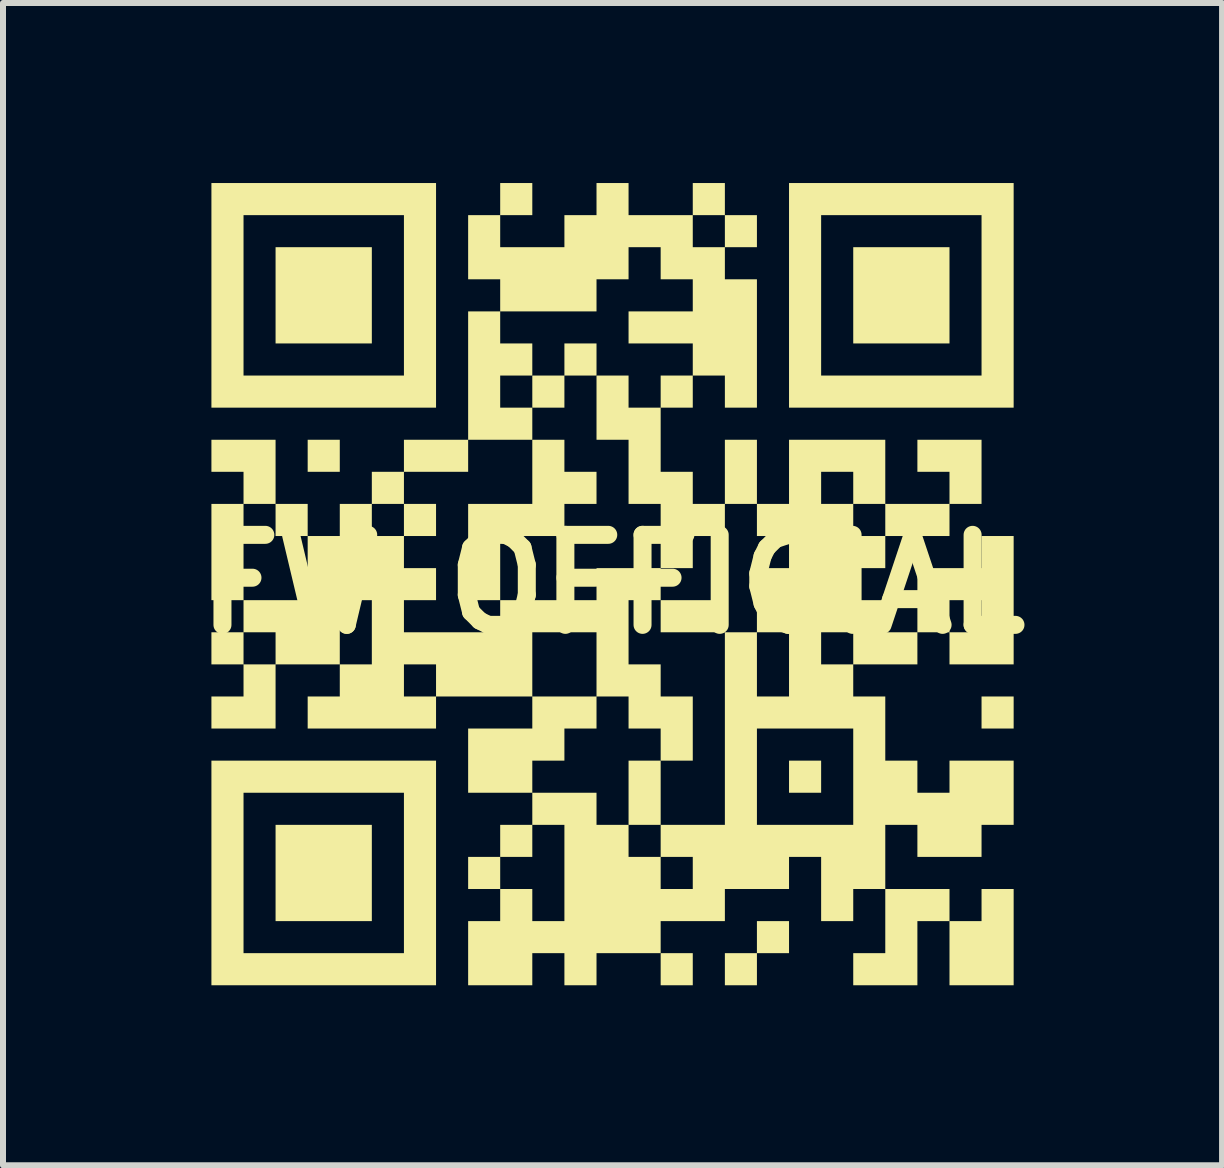
<source format=kicad_pcb>
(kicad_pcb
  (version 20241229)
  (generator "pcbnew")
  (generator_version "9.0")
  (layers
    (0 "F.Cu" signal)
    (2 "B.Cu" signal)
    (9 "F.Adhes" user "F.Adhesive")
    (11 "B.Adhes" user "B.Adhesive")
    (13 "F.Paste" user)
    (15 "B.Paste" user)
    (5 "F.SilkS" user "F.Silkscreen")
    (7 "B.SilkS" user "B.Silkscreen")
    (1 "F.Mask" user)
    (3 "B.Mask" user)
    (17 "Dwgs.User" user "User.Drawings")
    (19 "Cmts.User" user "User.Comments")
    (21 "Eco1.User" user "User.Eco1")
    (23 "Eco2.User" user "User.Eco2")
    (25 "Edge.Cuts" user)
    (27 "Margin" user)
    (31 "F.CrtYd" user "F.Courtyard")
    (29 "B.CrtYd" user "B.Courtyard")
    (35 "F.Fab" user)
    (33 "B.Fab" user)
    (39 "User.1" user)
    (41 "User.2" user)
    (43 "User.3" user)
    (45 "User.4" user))
  (footprint "FW OFFICIAL"
    (layer "F.Cu")
    (at 7.157 6.684)
    (property "Reference" "FW OFFICIAL" (at 0 0 0) (layer "F.SilkS") (effects (font (size 1.5 1.5) (thickness 0.3))))
    (attr board_only exclude_from_pos_files exclude_from_bom)
    (fp_poly (pts (xy -4.545 -2.139) (xy -4.545 -1.872) (xy -4.813 -1.872) (xy -5.08 -1.872) (xy -5.08 -2.139) (xy -5.08 -2.406) (xy -4.813 -2.406) (xy -4.545 -2.406)) (stroke (width 0) (type solid)) (fill yes) (layer "F.SilkS"))
    (fp_poly (pts (xy -4.011 -4.813) (xy -4.011 -4.011) (xy -4.813 -4.011) (xy -5.615 -4.011) (xy -5.615 -4.813) (xy -5.615 -5.615) (xy -4.813 -5.615) (xy -4.011 -5.615)) (stroke (width 0) (type solid)) (fill yes) (layer "F.SilkS"))
    (fp_poly (pts (xy -4.011 4.813) (xy -4.011 5.615) (xy -4.813 5.615) (xy -5.615 5.615) (xy -5.615 4.813) (xy -5.615 4.011) (xy -4.813 4.011) (xy -4.011 4.011)) (stroke (width 0) (type solid)) (fill yes) (layer "F.SilkS"))
    (fp_poly (pts (xy -2.941 -1.069) (xy -2.941 -0.802) (xy -3.208 -0.802) (xy -3.476 -0.802) (xy -3.476 -1.069) (xy -3.476 -1.337) (xy -3.208 -1.337) (xy -2.941 -1.337)) (stroke (width 0) (type solid)) (fill yes) (layer "F.SilkS"))
    (fp_poly (pts (xy 0.802 3.476) (xy 0.802 4.011) (xy 0.535 4.011) (xy 0.267 4.011) (xy 0.267 3.476) (xy 0.267 2.941) (xy 0.535 2.941) (xy 0.802 2.941)) (stroke (width 0) (type solid)) (fill yes) (layer "F.SilkS"))
    (fp_poly (pts (xy 1.337 6.417) (xy 1.337 6.684) (xy 1.069 6.684) (xy 0.802 6.684) (xy 0.802 6.417) (xy 0.802 6.149) (xy 1.069 6.149) (xy 1.337 6.149)) (stroke (width 0) (type solid)) (fill yes) (layer "F.SilkS"))
    (fp_poly (pts (xy 1.872 0.535) (xy 1.872 0.802) (xy 1.337 0.802) (xy 0.802 0.802) (xy 0.802 0.535) (xy 0.802 0.267) (xy 1.337 0.267) (xy 1.872 0.267)) (stroke (width 0) (type solid)) (fill yes) (layer "F.SilkS"))
    (fp_poly (pts (xy 3.476 3.208) (xy 3.476 3.476) (xy 3.208 3.476) (xy 2.941 3.476) (xy 2.941 3.208) (xy 2.941 2.941) (xy 3.208 2.941) (xy 3.476 2.941)) (stroke (width 0) (type solid)) (fill yes) (layer "F.SilkS"))
    (fp_poly (pts (xy 5.615 -4.813) (xy 5.615 -4.011) (xy 4.813 -4.011) (xy 4.011 -4.011) (xy 4.011 -4.813) (xy 4.011 -5.615) (xy 4.813 -5.615) (xy 5.615 -5.615)) (stroke (width 0) (type solid)) (fill yes) (layer "F.SilkS"))
    (fp_poly (pts (xy 6.684 2.139) (xy 6.684 2.406) (xy 6.417 2.406) (xy 6.149 2.406) (xy 6.149 2.139) (xy 6.149 1.872) (xy 6.417 1.872) (xy 6.684 1.872)) (stroke (width 0) (type solid)) (fill yes) (layer "F.SilkS"))
    (fp_poly (pts (xy -0.267 -3.743) (xy -0.267 -3.476) (xy -0.535 -3.476) (xy -0.802 -3.476) (xy -0.802 -3.208) (xy -0.802 -2.941) (xy -1.069 -2.941) (xy -1.337 -2.941) (xy -1.337 -3.208) (xy -1.337 -3.476) (xy -1.069 -3.476) (xy -0.802 -3.476) (xy -0.802 -3.743) (xy -0.802 -4.011) (xy -0.535 -4.011) (xy -0.267 -4.011)) (stroke (width 0) (type solid)) (fill yes) (layer "F.SilkS"))
    (fp_poly (pts (xy 2.941 5.882) (xy 2.941 6.149) (xy 2.674 6.149) (xy 2.406 6.149) (xy 2.406 6.417) (xy 2.406 6.684) (xy 2.139 6.684) (xy 1.872 6.684) (xy 1.872 6.417) (xy 1.872 6.149) (xy 2.139 6.149) (xy 2.406 6.149) (xy 2.406 5.882) (xy 2.406 5.615) (xy 2.674 5.615) (xy 2.941 5.615)) (stroke (width 0) (type solid)) (fill yes) (layer "F.SilkS"))
    (fp_poly (pts (xy -2.941 -4.813) (xy -2.941 -2.941) (xy -4.813 -2.941) (xy -6.684 -2.941) (xy -6.684 -4.813) (xy -6.684 -6.149) (xy -6.149 -6.149) (xy -6.149 -4.813) (xy -6.149 -3.476) (xy -4.813 -3.476) (xy -3.476 -3.476) (xy -3.476 -4.813) (xy -3.476 -6.149) (xy -4.813 -6.149) (xy -6.149 -6.149) (xy -6.684 -6.149) (xy -6.684 -6.684) (xy -4.813 -6.684) (xy -2.941 -6.684)) (stroke (width 0) (type solid)) (fill yes) (layer "F.SilkS"))
    (fp_poly (pts (xy -2.941 4.813) (xy -2.941 6.684) (xy -4.813 6.684) (xy -6.684 6.684) (xy -6.684 4.813) (xy -6.684 3.476) (xy -6.149 3.476) (xy -6.149 4.813) (xy -6.149 6.149) (xy -4.813 6.149) (xy -3.476 6.149) (xy -3.476 4.813) (xy -3.476 3.476) (xy -4.813 3.476) (xy -6.149 3.476) (xy -6.684 3.476) (xy -6.684 2.941) (xy -4.813 2.941) (xy -2.941 2.941)) (stroke (width 0) (type solid)) (fill yes) (layer "F.SilkS"))
    (fp_poly (pts (xy 6.684 -4.813) (xy 6.684 -2.941) (xy 4.813 -2.941) (xy 2.941 -2.941) (xy 2.941 -4.813) (xy 2.941 -6.149) (xy 3.476 -6.149) (xy 3.476 -4.813) (xy 3.476 -3.476) (xy 4.813 -3.476) (xy 6.149 -3.476) (xy 6.149 -4.813) (xy 6.149 -6.149) (xy 4.813 -6.149) (xy 3.476 -6.149) (xy 2.941 -6.149) (xy 2.941 -6.684) (xy 4.813 -6.684) (xy 6.684 -6.684)) (stroke (width 0) (type solid)) (fill yes) (layer "F.SilkS"))
    (fp_poly (pts (xy -0.802 -2.139) (xy -0.802 -1.872) (xy -0.535 -1.872) (xy -0.267 -1.872) (xy -0.267 -1.604) (xy -0.267 -1.337) (xy -0.535 -1.337) (xy -0.802 -1.337) (xy -0.802 -1.069) (xy -0.802 -0.802) (xy -1.337 -0.802) (xy -1.872 -0.802) (xy -1.872 -0.267) (xy -1.872 0.267) (xy -2.139 0.267) (xy -2.406 0.267) (xy -2.406 -0.535) (xy -2.406 -1.337) (xy -1.872 -1.337) (xy -1.337 -1.337) (xy -1.337 -1.872) (xy -1.337 -2.406) (xy -1.069 -2.406) (xy -0.802 -2.406)) (stroke (width 0) (type solid)) (fill yes) (layer "F.SilkS"))
    (fp_poly (pts (xy 5.615 5.347) (xy 5.615 5.615) (xy 5.882 5.615) (xy 6.149 5.615) (xy 6.149 5.347) (xy 6.149 5.08) (xy 6.417 5.08) (xy 6.684 5.08) (xy 6.684 5.882) (xy 6.684 6.684) (xy 6.149 6.684) (xy 5.615 6.684) (xy 5.615 6.149) (xy 5.615 5.615) (xy 5.347 5.615) (xy 5.08 5.615) (xy 5.08 6.149) (xy 5.08 6.684) (xy 4.545 6.684) (xy 4.011 6.684) (xy 4.011 6.417) (xy 4.011 6.149) (xy 4.278 6.149) (xy 4.545 6.149) (xy 4.545 5.615) (xy 4.545 5.08) (xy 5.08 5.08) (xy 5.615 5.08)) (stroke (width 0) (type solid)) (fill yes) (layer "F.SilkS"))
    (fp_poly (pts (xy -1.337 -6.417) (xy -1.337 -6.149) (xy -1.604 -6.149) (xy -1.872 -6.149) (xy -1.872 -5.882) (xy -1.872 -5.615) (xy -1.337 -5.615) (xy -0.802 -5.615) (xy -0.802 -5.882) (xy -0.802 -6.149) (xy -0.535 -6.149) (xy -0.267 -6.149) (xy -0.267 -6.417) (xy -0.267 -6.684) (xy 0 -6.684) (xy 0.267 -6.684) (xy 0.267 -6.417) (xy 0.267 -6.149) (xy 0.802 -6.149) (xy 1.337 -6.149) (xy 1.337 -6.417) (xy 1.337 -6.684) (xy 1.604 -6.684) (xy 1.872 -6.684) (xy 1.872 -6.417) (xy 1.872 -6.149) (xy 1.604 -6.149) (xy 1.337 -6.149) (xy 1.337 -5.882) (xy 1.337 -5.615) (xy 1.604 -5.615) (xy 1.872 -5.615) (xy 1.872 -5.882) (xy 1.872 -6.149) (xy 2.139 -6.149) (xy 2.406 -6.149) (xy 2.406 -5.882) (xy 2.406 -5.615) (xy 2.139 -5.615) (xy 1.872 -5.615) (xy 1.872 -5.347) (xy 1.872 -5.08) (xy 2.139 -5.08) (xy 2.406 -5.08) (xy 2.406 -4.011) (xy 2.406 -2.941) (xy 2.139 -2.941) (xy 1.872 -2.941) (xy 1.872 -3.208) (xy 1.872 -3.476) (xy 1.604 -3.476) (xy 1.337 -3.476) (xy 1.337 -3.208) (xy 1.337 -2.941) (xy 1.069 -2.941) (xy 0.802 -2.941) (xy 0.802 -2.406) (xy 0.802 -1.872) (xy 1.069 -1.872) (xy 1.337 -1.872) (xy 1.337 -1.604) (xy 1.337 -1.337) (xy 1.604 -1.337) (xy 1.872 -1.337) (xy 1.872 -1.872) (xy 1.872 -2.406) (xy 2.139 -2.406) (xy 2.406 -2.406) (xy 2.406 -1.872) (xy 2.406 -1.337) (xy 2.674 -1.337) (xy 2.941 -1.337) (xy 2.941 -1.872) (xy 3.476 -1.872) (xy 3.476 -1.604) (xy 3.476 -1.337) (xy 3.743 -1.337) (xy 4.011 -1.337) (xy 4.011 -1.069) (xy 4.011 -0.802) (xy 4.278 -0.802) (xy 4.545 -0.802) (xy 4.545 -1.069) (xy 4.545 -1.337) (xy 4.278 -1.337) (xy 4.011 -1.337) (xy 4.011 -1.604) (xy 4.011 -1.872) (xy 3.743 -1.872) (xy 3.476 -1.872) (xy 2.941 -1.872) (xy 2.941 -2.406) (xy 3.743 -2.406) (xy 4.545 -2.406) (xy 4.545 -1.872) (xy 4.545 -1.337) (xy 5.08 -1.337) (xy 5.615 -1.337) (xy 5.615 -1.604) (xy 5.615 -1.872) (xy 5.347 -1.872) (xy 5.08 -1.872) (xy 5.08 -2.139) (xy 5.08 -2.406) (xy 5.615 -2.406) (xy 6.149 -2.406) (xy 6.149 -1.872) (xy 6.149 -1.337) (xy 5.882 -1.337) (xy 5.615 -1.337) (xy 5.615 -1.069) (xy 5.615 -0.802) (xy 5.08 -0.802) (xy 4.545 -0.802) (xy 4.545 -0.535) (xy 4.545 -0.267) (xy 4.278 -0.267) (xy 4.011 -0.267) (xy 4.011 0) (xy 4.011 0.267) (xy 4.278 0.267) (xy 4.545 0.267) (xy 4.545 0.535) (xy 4.545 0.802) (xy 4.813 0.802) (xy 5.08 0.802) (xy 5.08 0.267) (xy 5.615 0.267) (xy 5.615 0.535) (xy 5.615 0.802) (xy 5.882 0.802) (xy 6.149 0.802) (xy 6.149 0.535) (xy 6.149 0.267) (xy 5.882 0.267) (xy 5.615 0.267) (xy 5.08 0.267) (xy 5.08 -0.267) (xy 5.615 -0.267) (xy 6.149 -0.267) (xy 6.149 -0.535) (xy 6.149 -0.802) (xy 6.417 -0.802) (xy 6.684 -0.802) (xy 6.684 0.267) (xy 6.684 1.337) (xy 6.149 1.337) (xy 5.615 1.337) (xy 5.615 1.069) (xy 5.615 0.802) (xy 5.347 0.802) (xy 5.08 0.802) (xy 5.08 1.069) (xy 5.08 1.337) (xy 4.545 1.337) (xy 4.011 1.337) (xy 4.011 1.604) (xy 4.011 1.872) (xy 4.278 1.872) (xy 4.545 1.872) (xy 4.545 2.406) (xy 4.545 2.941) (xy 4.813 2.941) (xy 5.08 2.941) (xy 5.08 3.208) (xy 5.08 3.476) (xy 5.347 3.476) (xy 5.615 3.476) (xy 5.615 3.208) (xy 5.615 2.941) (xy 6.149 2.941) (xy 6.684 2.941) (xy 6.684 3.476) (xy 6.684 4.011) (xy 6.417 4.011) (xy 6.149 4.011) (xy 6.149 4.278) (xy 6.149 4.545) (xy 5.615 4.545) (xy 5.08 4.545) (xy 5.08 4.278) (xy 5.08 4.011) (xy 4.813 4.011) (xy 4.545 4.011) (xy 4.545 4.545) (xy 4.545 5.08) (xy 4.278 5.08) (xy 4.011 5.08) (xy 4.011 5.347) (xy 4.011 5.615) (xy 3.743 5.615) (xy 3.476 5.615) (xy 3.476 5.08) (xy 3.476 4.545) (xy 3.208 4.545) (xy 2.941 4.545) (xy 2.941 4.813) (xy 2.941 5.08) (xy 2.406 5.08) (xy 1.872 5.08) (xy 1.872 5.347) (xy 1.872 5.615) (xy 1.337 5.615) (xy 0.802 5.615) (xy 0.802 5.882) (xy 0.802 6.149) (xy 0.267 6.149) (xy -0.267 6.149) (xy -0.267 6.417) (xy -0.267 6.684) (xy -0.535 6.684) (xy -0.802 6.684) (xy -0.802 6.417) (xy -0.802 6.149) (xy -1.069 6.149) (xy -1.337 6.149) (xy -1.337 6.417) (xy -1.337 6.684) (xy -1.872 6.684) (xy -2.406 6.684) (xy -2.406 6.149) (xy -2.406 5.615) (xy -2.139 5.615) (xy -1.872 5.615) (xy -1.872 5.347) (xy -1.872 5.08) (xy -1.604 5.08) (xy -1.337 5.08) (xy -1.337 5.347) (xy -1.337 5.615) (xy -1.069 5.615) (xy -0.802 5.615) (xy -0.802 4.813) (xy -0.802 4.011) (xy -1.069 4.011) (xy -1.337 4.011) (xy -1.337 4.278) (xy -1.337 4.545) (xy -1.604 4.545) (xy -1.872 4.545) (xy -1.872 4.813) (xy -1.872 5.08) (xy -2.139 5.08) (xy -2.406 5.08) (xy -2.406 4.813) (xy -2.406 4.545) (xy -2.139 4.545) (xy -1.872 4.545) (xy -1.872 4.278) (xy -1.872 4.011) (xy -1.604 4.011) (xy -1.337 4.011) (xy -1.337 3.743) (xy -1.337 3.476) (xy -0.802 3.476) (xy -0.267 3.476) (xy -0.267 3.743) (xy -0.267 4.011) (xy 0 4.011) (xy 0.267 4.011) (xy 0.267 4.278) (xy 0.267 4.545) (xy 0.535 4.545) (xy 0.802 4.545) (xy 0.802 4.813) (xy 0.802 5.08) (xy 1.069 5.08) (xy 1.337 5.08) (xy 1.337 4.813) (xy 1.337 4.545) (xy 1.069 4.545) (xy 0.802 4.545) (xy 0.802 4.278) (xy 0.802 4.011) (xy 1.337 4.011) (xy 1.872 4.011) (xy 1.872 2.406) (xy 2.406 2.406) (xy 2.406 3.208) (xy 2.406 4.011) (xy 3.208 4.011) (xy 4.011 4.011) (xy 4.011 3.208) (xy 4.011 2.406) (xy 3.208 2.406) (xy 2.406 2.406) (xy 1.872 2.406) (xy 1.872 0.802) (xy 2.139 0.802) (xy 2.406 0.802) (xy 2.406 1.337) (xy 2.406 1.872) (xy 2.674 1.872) (xy 2.941 1.872) (xy 2.941 1.337) (xy 2.941 0.802) (xy 3.476 0.802) (xy 3.476 1.069) (xy 3.476 1.337) (xy 3.743 1.337) (xy 4.011 1.337) (xy 4.011 1.069) (xy 4.011 0.802) (xy 3.743 0.802) (xy 3.476 0.802) (xy 2.941 0.802) (xy 2.674 0.802) (xy 2.406 0.802) (xy 2.406 0.267) (xy 2.406 -0.267) (xy 2.674 -0.267) (xy 2.941 -0.267) (xy 2.941 -0.535) (xy 2.941 -0.802) (xy 2.674 -0.802) (xy 2.406 -0.802) (xy 2.406 -1.069) (xy 2.406 -1.337) (xy 2.139 -1.337) (xy 1.872 -1.337) (xy 1.872 -1.069) (xy 1.872 -0.802) (xy 1.604 -0.802) (xy 1.337 -0.802) (xy 1.337 -0.535) (xy 1.337 -0.267) (xy 1.069 -0.267) (xy 0.802 -0.267) (xy 0.802 -0.802) (xy 0.802 -1.337) (xy 0.535 -1.337) (xy 0.267 -1.337) (xy 0.267 -1.872) (xy 0.267 -2.406) (xy 0 -2.406) (xy -0.267 -2.406) (xy -0.267 -2.941) (xy -0.267 -3.476) (xy 0 -3.476) (xy 0.267 -3.476) (xy 0.267 -3.208) (xy 0.267 -2.941) (xy 0.535 -2.941) (xy 0.802 -2.941) (xy 0.802 -3.208) (xy 0.802 -3.476) (xy 1.069 -3.476) (xy 1.337 -3.476) (xy 1.337 -3.743) (xy 1.337 -4.011) (xy 0.802 -4.011) (xy 0.267 -4.011) (xy 0.267 -4.278) (xy 0.267 -4.545) (xy 0.802 -4.545) (xy 1.337 -4.545) (xy 1.337 -4.813) (xy 1.337 -5.08) (xy 1.069 -5.08) (xy 0.802 -5.08) (xy 0.802 -5.347) (xy 0.802 -5.615) (xy 0.535 -5.615) (xy 0.267 -5.615) (xy 0.267 -5.347) (xy 0.267 -5.08) (xy 0 -5.08) (xy -0.267 -5.08) (xy -0.267 -4.813) (xy -0.267 -4.545) (xy -1.069 -4.545) (xy -1.872 -4.545) (xy -1.872 -4.278) (xy -1.872 -4.011) (xy -1.604 -4.011) (xy -1.337 -4.011) (xy -1.337 -3.743) (xy -1.337 -3.476) (xy -1.604 -3.476) (xy -1.872 -3.476) (xy -1.872 -3.208) (xy -1.872 -2.941) (xy -1.604 -2.941) (xy -1.337 -2.941) (xy -1.337 -2.674) (xy -1.337 -2.406) (xy -1.872 -2.406) (xy -2.406 -2.406) (xy -2.406 -2.139) (xy -2.406 -1.872) (xy -2.941 -1.872) (xy -3.476 -1.872) (xy -3.476 -1.604) (xy -3.476 -1.337) (xy -3.743 -1.337) (xy -4.011 -1.337) (xy -4.011 -1.069) (xy -4.011 -0.802) (xy -3.743 -0.802) (xy -3.476 -0.802) (xy -3.476 -0.535) (xy -3.476 -0.267) (xy -3.208 -0.267) (xy -2.941 -0.267) (xy -2.941 0) (xy -2.941 0.267) (xy -3.208 0.267) (xy -3.476 0.267) (xy -3.476 0.535) (xy -3.476 0.802) (xy -2.674 0.802) (xy -1.872 0.802) (xy -1.337 0.802) (xy -1.337 1.337) (xy -1.337 1.872) (xy -0.802 1.872) (xy -0.267 1.872) (xy -0.267 1.337) (xy -0.267 0.802) (xy -0.802 0.802) (xy -1.337 0.802) (xy -1.872 0.802) (xy -1.872 0.535) (xy -1.872 0.267) (xy -1.069 0.267) (xy -0.267 0.267) (xy -0.267 0) (xy -0.267 -0.267) (xy 0.267 -0.267) (xy 0.802 -0.267) (xy 0.802 0) (xy 0.802 0.267) (xy 0.535 0.267) (xy 0.267 0.267) (xy 0.267 0.802) (xy 0.267 1.337) (xy 0.535 1.337) (xy 0.802 1.337) (xy 0.802 1.604) (xy 0.802 1.872) (xy 1.069 1.872) (xy 1.337 1.872) (xy 1.337 2.406) (xy 1.337 2.941) (xy 1.069 2.941) (xy 0.802 2.941) (xy 0.802 2.674) (xy 0.802 2.406) (xy 0.535 2.406) (xy 0.267 2.406) (xy 0.267 2.139) (xy 0.267 1.872) (xy 0 1.872) (xy -0.267 1.872) (xy -0.267 2.139) (xy -0.267 2.406) (xy -0.535 2.406) (xy -0.802 2.406) (xy -0.802 2.674) (xy -0.802 2.941) (xy -1.069 2.941) (xy -1.337 2.941) (xy -1.337 3.208) (xy -1.337 3.476) (xy -1.872 3.476) (xy -2.406 3.476) (xy -2.406 2.941) (xy -2.406 2.406) (xy -1.872 2.406) (xy -1.337 2.406) (xy -1.337 2.139) (xy -1.337 1.872) (xy -2.139 1.872) (xy -2.941 1.872) (xy -2.941 2.139) (xy -2.941 2.406) (xy -4.011 2.406) (xy -5.08 2.406) (xy -5.08 2.139) (xy -5.08 1.872) (xy -4.813 1.872) (xy -4.545 1.872) (xy -4.545 1.604) (xy -4.545 1.337) (xy -5.08 1.337) (xy -5.615 1.337) (xy -5.615 1.872) (xy -5.615 2.406) (xy -6.149 2.406) (xy -6.684 2.406) (xy -6.684 2.139) (xy -6.684 1.872) (xy -6.417 1.872) (xy -6.149 1.872) (xy -6.149 1.604) (xy -6.149 1.337) (xy -6.417 1.337) (xy -6.684 1.337) (xy -6.684 1.069) (xy -6.684 0.802) (xy -6.417 0.802) (xy -6.149 0.802) (xy -6.149 1.069) (xy -6.149 1.337) (xy -5.882 1.337) (xy -5.615 1.337) (xy -5.615 1.069) (xy -5.615 0.802) (xy -5.882 0.802) (xy -6.149 0.802) (xy -6.149 0.535) (xy -6.149 0.267) (xy -6.417 0.267) (xy -6.684 0.267) (xy -6.684 -0.535) (xy -6.684 -1.337) (xy -6.417 -1.337) (xy -6.149 -1.337) (xy -6.149 -1.604) (xy -6.149 -1.872) (xy -6.417 -1.872) (xy -6.684 -1.872) (xy -6.684 -2.139) (xy -6.684 -2.406) (xy -6.149 -2.406) (xy -5.615 -2.406) (xy -5.615 -1.872) (xy -5.615 -1.337) (xy -5.882 -1.337) (xy -6.149 -1.337) (xy -6.149 -0.535) (xy -6.149 0.267) (xy -5.615 0.267) (xy -5.08 0.267) (xy -4.545 0.267) (xy -4.545 0.802) (xy -4.545 1.337) (xy -4.278 1.337) (xy -4.011 1.337) (xy -3.476 1.337) (xy -3.476 1.604) (xy -3.476 1.872) (xy -3.208 1.872) (xy -2.941 1.872) (xy -2.941 1.604) (xy -2.941 1.337) (xy -3.208 1.337) (xy -3.476 1.337) (xy -4.011 1.337) (xy -4.011 0.802) (xy -4.011 0.267) (xy -4.278 0.267) (xy -4.545 0.267) (xy -5.08 0.267) (xy -5.08 -0.267) (xy -5.08 -0.802) (xy -5.347 -0.802) (xy -5.615 -0.802) (xy -5.615 -1.069) (xy -5.615 -1.337) (xy -5.347 -1.337) (xy -5.08 -1.337) (xy -5.08 -1.069) (xy -5.08 -0.802) (xy -4.813 -0.802) (xy -4.545 -0.802) (xy -4.545 -1.069) (xy -4.545 -1.337) (xy -4.278 -1.337) (xy -4.011 -1.337) (xy -4.011 -1.604) (xy -4.011 -1.872) (xy -3.743 -1.872) (xy -3.476 -1.872) (xy -3.476 -2.139) (xy -3.476 -2.406) (xy -2.941 -2.406) (xy -2.406 -2.406) (xy -2.406 -3.476) (xy -2.406 -4.545) (xy -2.139 -4.545) (xy -1.872 -4.545) (xy -1.872 -4.813) (xy -1.872 -5.08) (xy -2.139 -5.08) (xy -2.406 -5.08) (xy -2.406 -5.615) (xy -2.406 -6.149) (xy -2.139 -6.149) (xy -1.872 -6.149) (xy -1.872 -6.417) (xy -1.872 -6.684) (xy -1.604 -6.684) (xy -1.337 -6.684)) (stroke (width 0) (type solid)) (fill yes) (layer "F.SilkS")))
  (gr_rect
    (start -3 -3)
    (end 17.314 16.368)
    (stroke (width 0.1) (type default))
    (fill no)
    (layer "Edge.Cuts")))
</source>
